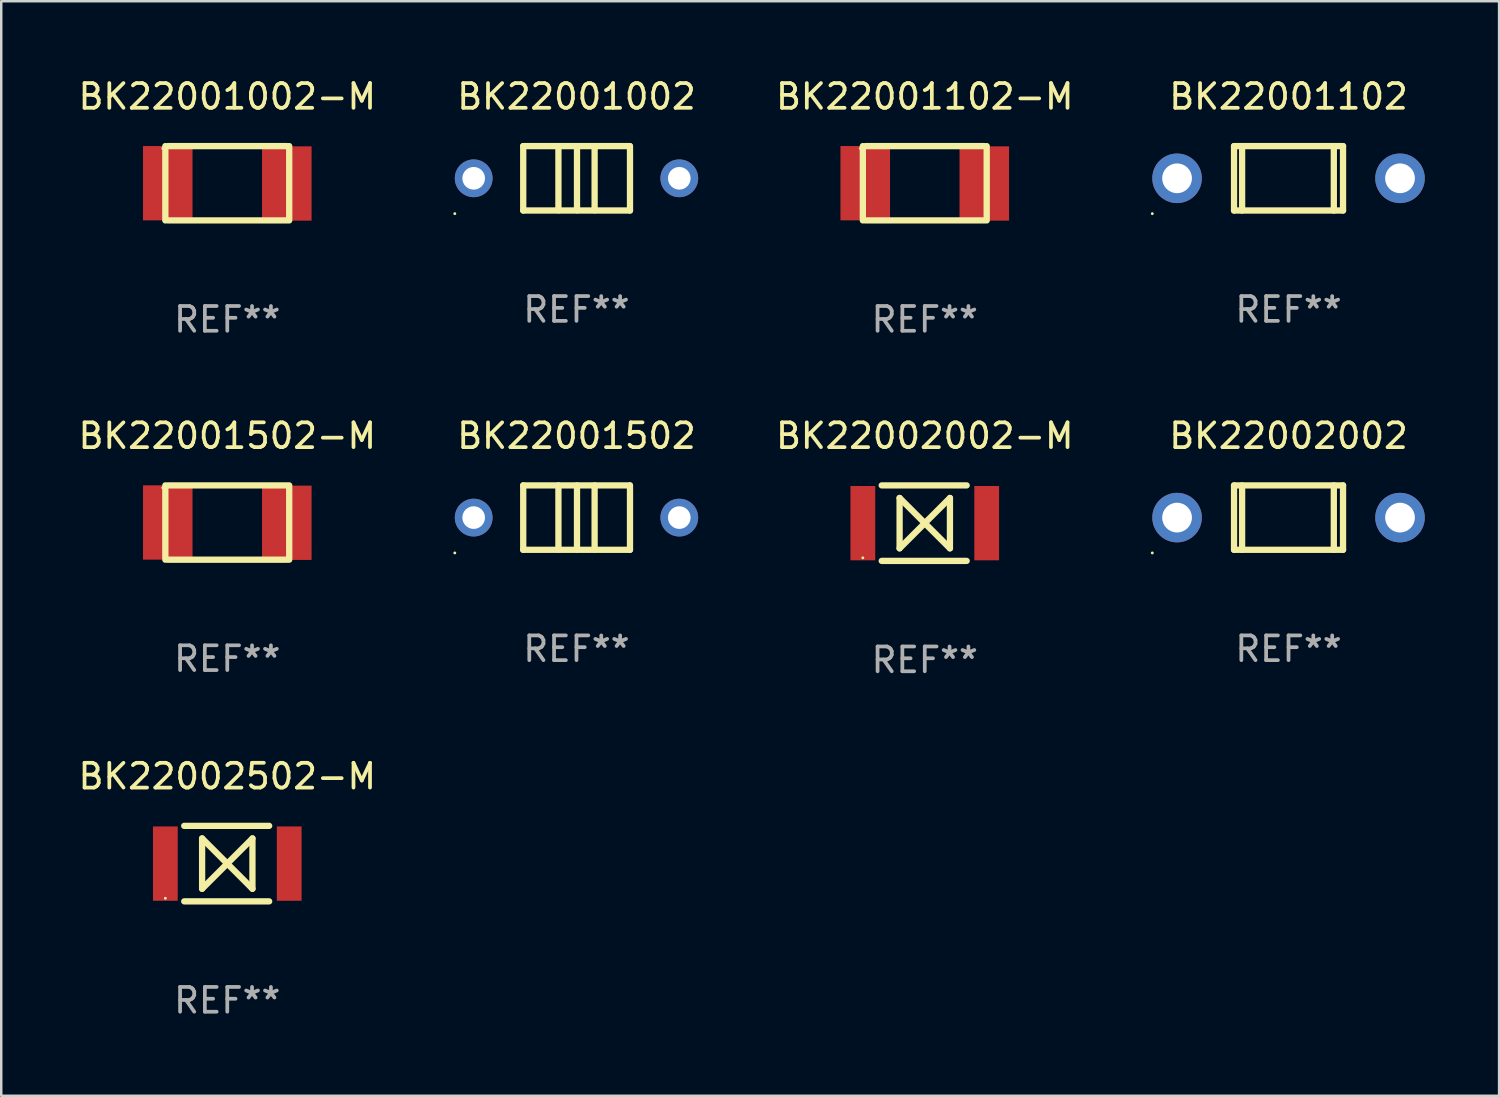
<source format=kicad_pcb>
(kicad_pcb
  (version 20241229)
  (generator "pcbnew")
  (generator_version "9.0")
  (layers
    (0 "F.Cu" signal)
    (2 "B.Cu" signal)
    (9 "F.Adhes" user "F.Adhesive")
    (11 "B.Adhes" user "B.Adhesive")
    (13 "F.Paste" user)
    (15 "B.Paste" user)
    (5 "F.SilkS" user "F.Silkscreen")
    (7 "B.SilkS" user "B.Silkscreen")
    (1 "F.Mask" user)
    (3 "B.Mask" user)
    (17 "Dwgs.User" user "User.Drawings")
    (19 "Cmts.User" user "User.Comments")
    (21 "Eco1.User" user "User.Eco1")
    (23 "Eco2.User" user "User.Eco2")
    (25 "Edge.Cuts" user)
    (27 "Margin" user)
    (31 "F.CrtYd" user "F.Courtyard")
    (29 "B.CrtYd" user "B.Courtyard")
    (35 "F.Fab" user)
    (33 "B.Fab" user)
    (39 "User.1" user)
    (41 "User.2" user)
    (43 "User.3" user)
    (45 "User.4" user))
  (footprint "BK22002002-M"
    (layer "F.Cu")
    (at 34.282 18.069)
    (property "Reference" "BK22002002-M" (at 0 -3.524 0) (layer "F.SilkS") (effects (font (size 1 1) (thickness 0.15))))
    (attr through_hole)
    (fp_line (start -1.738 -1.524) (end 1.691 -1.524) (stroke (width 0.254) (type solid)) (layer "F.SilkS"))
    (fp_line (start -1.738 1.524) (end 1.691 1.524) (stroke (width 0.254) (type solid)) (layer "F.SilkS"))
    (fp_line (start -1.016 1.016) (end -1.016 -1.016) (stroke (width 0.254) (type solid)) (layer "F.SilkS"))
    (fp_line (start 0 0) (end -1.016 -1.016) (stroke (width 0.254) (type solid)) (layer "F.SilkS"))
    (fp_line (start 0 0) (end -1.016 1.016) (stroke (width 0.254) (type solid)) (layer "F.SilkS"))
    (fp_line (start 0 0) (end 1.016 -1.016) (stroke (width 0.254) (type solid)) (layer "F.SilkS"))
    (fp_line (start 0 0) (end 1.016 1.016) (stroke (width 0.254) (type solid)) (layer "F.SilkS"))
    (fp_line (start 1.016 1.016) (end 1.016 -1.016) (stroke (width 0.254) (type solid)) (layer "F.SilkS"))
    (fp_circle (center -2.5 1.4) (end -2.47 1.4) (stroke (width 0.06) (type solid)) (fill no) (layer "F.SilkS"))
    (fp_text user "REF**" (at 0 5.524 0) (layer "F.Fab") (effects (font (size 1 1) (thickness 0.15))))
    (pad "1" smd rect (at -2.5 0) (size 1 3) (layers "F.Cu" "F.Mask" "F.Paste"))
    (pad "2" smd rect (at 2.5 0) (size 1 3) (layers "F.Cu" "F.Mask" "F.Paste")))
  (footprint "BK22001102-M"
    (layer "F.Cu")
    (at 34.282 4.348)
    (property "Reference" "BK22001102-M" (at 0 -3.5 0) (layer "F.SilkS") (effects (font (size 1 1) (thickness 0.15))))
    (attr through_hole)
    (fp_line (start -2.5 -1.5) (end -2.5 1.5) (stroke (width 0.254) (type solid)) (layer "F.SilkS"))
    (fp_line (start -2.393 -1.5) (end 2.407 -1.5) (stroke (width 0.254) (type solid)) (layer "F.SilkS"))
    (fp_line (start 2.407 1.5) (end -2.393 1.5) (stroke (width 0.254) (type solid)) (layer "F.SilkS"))
    (fp_line (start 2.5 -1.5) (end 2.5 1.5) (stroke (width 0.254) (type solid)) (layer "F.SilkS"))
    (fp_circle (center -2.603 -1.403) (end -2.573 -1.403) (stroke (width 0.06) (type solid)) (fill no) (layer "F.SilkS"))
    (fp_text user "REF**" (at 0 5.5 0) (layer "F.Fab") (effects (font (size 1 1) (thickness 0.15))))
    (pad "1" smd rect (at -2.403 -0.003) (size 2 3) (layers "F.Cu" "F.Mask" "F.Paste"))
    (pad "2" smd rect (at 2.403 0.009) (size 2 3) (layers "F.Cu" "F.Mask" "F.Paste")))
  (footprint "BK22001002-M"
    (layer "F.Cu")
    (at 6.125 4.348)
    (property "Reference" "BK22001002-M" (at 0 -3.5 0) (layer "F.SilkS") (effects (font (size 1 1) (thickness 0.15))))
    (attr through_hole)
    (fp_line (start -2.5 -1.5) (end -2.5 1.5) (stroke (width 0.254) (type solid)) (layer "F.SilkS"))
    (fp_line (start -2.393 -1.5) (end 2.407 -1.5) (stroke (width 0.254) (type solid)) (layer "F.SilkS"))
    (fp_line (start 2.407 1.5) (end -2.393 1.5) (stroke (width 0.254) (type solid)) (layer "F.SilkS"))
    (fp_line (start 2.5 -1.5) (end 2.5 1.5) (stroke (width 0.254) (type solid)) (layer "F.SilkS"))
    (fp_circle (center -2.603 -1.403) (end -2.573 -1.403) (stroke (width 0.06) (type solid)) (fill no) (layer "F.SilkS"))
    (fp_text user "REF**" (at 0 5.5 0) (layer "F.Fab") (effects (font (size 1 1) (thickness 0.15))))
    (pad "1" smd rect (at -2.403 -0.003) (size 2 3) (layers "F.Cu" "F.Mask" "F.Paste"))
    (pad "2" smd rect (at 2.403 0.009) (size 2 3) (layers "F.Cu" "F.Mask" "F.Paste")))
  (footprint "BK22001502"
    (layer "F.Cu")
    (at 20.222 17.845)
    (property "Reference" "BK22001502" (at 0 -3.3 0) (layer "F.SilkS") (effects (font (size 1 1) (thickness 0.15))))
    (attr through_hole)
    (fp_line (start -2.15 -1.3) (end 2.15 -1.3) (stroke (width 0.254) (type solid)) (layer "F.SilkS"))
    (fp_line (start -2.15 1.3) (end -2.15 -1.3) (stroke (width 0.254) (type solid)) (layer "F.SilkS"))
    (fp_line (start -2.15 1.3) (end 2.16 1.3) (stroke (width 0.254) (type solid)) (layer "F.SilkS"))
    (fp_line (start -0.729 -1.3) (end -0.729 1.29) (stroke (width 0.254) (type solid)) (layer "F.SilkS"))
    (fp_line (start 0.021 -1.3) (end 0.021 1.29) (stroke (width 0.254) (type solid)) (layer "F.SilkS"))
    (fp_line (start 0.732 -1.3) (end 0.732 1.29) (stroke (width 0.254) (type solid)) (layer "F.SilkS"))
    (fp_line (start 2.16 -1.3) (end 2.16 1.3) (stroke (width 0.254) (type solid)) (layer "F.SilkS"))
    (fp_circle (center -4.912 1.427) (end -4.882 1.427) (stroke (width 0.06) (type solid)) (fill no) (layer "F.SilkS"))
    (fp_text user "REF**" (at 0 5.3 0) (layer "F.Fab") (effects (font (size 1 1) (thickness 0.15))))
    (pad "1" thru_hole circle (at -4.15 0) (size 1.524 1.524) (drill 0.914) (layers "*.Cu" "*.Mask"))
    (pad "2" thru_hole circle (at 4.15 0) (size 1.524 1.524) (drill 0.914) (layers "*.Cu" "*.Mask")))
  (footprint "BK22001002"
    (layer "F.Cu")
    (at 20.222 4.148)
    (property "Reference" "BK22001002" (at 0 -3.3 0) (layer "F.SilkS") (effects (font (size 1 1) (thickness 0.15))))
    (attr through_hole)
    (fp_line (start -2.15 -1.3) (end 2.15 -1.3) (stroke (width 0.254) (type solid)) (layer "F.SilkS"))
    (fp_line (start -2.15 1.3) (end -2.15 -1.3) (stroke (width 0.254) (type solid)) (layer "F.SilkS"))
    (fp_line (start -2.15 1.3) (end 2.16 1.3) (stroke (width 0.254) (type solid)) (layer "F.SilkS"))
    (fp_line (start -0.729 -1.3) (end -0.729 1.29) (stroke (width 0.254) (type solid)) (layer "F.SilkS"))
    (fp_line (start 0.021 -1.3) (end 0.021 1.29) (stroke (width 0.254) (type solid)) (layer "F.SilkS"))
    (fp_line (start 0.732 -1.3) (end 0.732 1.29) (stroke (width 0.254) (type solid)) (layer "F.SilkS"))
    (fp_line (start 2.16 -1.3) (end 2.16 1.3) (stroke (width 0.254) (type solid)) (layer "F.SilkS"))
    (fp_circle (center -4.912 1.427) (end -4.882 1.427) (stroke (width 0.06) (type solid)) (fill no) (layer "F.SilkS"))
    (fp_text user "REF**" (at 0 5.3 0) (layer "F.Fab") (effects (font (size 1 1) (thickness 0.15))))
    (pad "1" thru_hole circle (at -4.15 0) (size 1.524 1.524) (drill 0.914) (layers "*.Cu" "*.Mask"))
    (pad "2" thru_hole circle (at 4.15 0) (size 1.524 1.524) (drill 0.914) (layers "*.Cu" "*.Mask")))
  (footprint "BK22001102"
    (layer "F.Cu")
    (at 48.967 4.148)
    (property "Reference" "BK22001102" (at 0 -3.3 0) (layer "F.SilkS") (effects (font (size 1 1) (thickness 0.15))))
    (attr through_hole)
    (fp_line (start -2.2 1.3) (end -2.2 -1.3) (stroke (width 0.254) (type solid)) (layer "F.SilkS"))
    (fp_line (start -2.2 1.3) (end 2.2 1.3) (stroke (width 0.254) (type solid)) (layer "F.SilkS"))
    (fp_line (start -1.874 -1.3) (end -1.874 1.3) (stroke (width 0.254) (type solid)) (layer "F.SilkS"))
    (fp_line (start 1.828 -1.3) (end 1.828 1.3) (stroke (width 0.254) (type solid)) (layer "F.SilkS"))
    (fp_line (start 2.2 -1.3) (end -2.2 -1.3) (stroke (width 0.254) (type solid)) (layer "F.SilkS"))
    (fp_line (start 2.2 1.3) (end 2.2 -1.3) (stroke (width 0.254) (type solid)) (layer "F.SilkS"))
    (fp_circle (center -5.5 1.427) (end -5.47 1.427) (stroke (width 0.06) (type solid)) (fill no) (layer "F.SilkS"))
    (fp_text user "REF**" (at 0 5.3 0) (layer "F.Fab") (effects (font (size 1 1) (thickness 0.15))))
    (pad "1" thru_hole circle (at -4.5 0) (size 2 2) (drill 1.2) (layers "*.Cu" "*.Mask"))
    (pad "2" thru_hole circle (at 4.5 0) (size 2 2) (drill 1.2) (layers "*.Cu" "*.Mask")))
  (footprint "BK22002002"
    (layer "F.Cu")
    (at 48.967 17.845)
    (property "Reference" "BK22002002" (at 0 -3.3 0) (layer "F.SilkS") (effects (font (size 1 1) (thickness 0.15))))
    (attr through_hole)
    (fp_line (start -2.2 1.3) (end -2.2 -1.3) (stroke (width 0.254) (type solid)) (layer "F.SilkS"))
    (fp_line (start -2.2 1.3) (end 2.2 1.3) (stroke (width 0.254) (type solid)) (layer "F.SilkS"))
    (fp_line (start -1.874 -1.3) (end -1.874 1.3) (stroke (width 0.254) (type solid)) (layer "F.SilkS"))
    (fp_line (start 1.828 -1.3) (end 1.828 1.3) (stroke (width 0.254) (type solid)) (layer "F.SilkS"))
    (fp_line (start 2.2 -1.3) (end -2.2 -1.3) (stroke (width 0.254) (type solid)) (layer "F.SilkS"))
    (fp_line (start 2.2 1.3) (end 2.2 -1.3) (stroke (width 0.254) (type solid)) (layer "F.SilkS"))
    (fp_circle (center -5.5 1.427) (end -5.47 1.427) (stroke (width 0.06) (type solid)) (fill no) (layer "F.SilkS"))
    (fp_text user "REF**" (at 0 5.3 0) (layer "F.Fab") (effects (font (size 1 1) (thickness 0.15))))
    (pad "1" thru_hole circle (at -4.5 0) (size 2 2) (drill 1.2) (layers "*.Cu" "*.Mask"))
    (pad "2" thru_hole circle (at 4.5 0) (size 2 2) (drill 1.2) (layers "*.Cu" "*.Mask")))
  (footprint "BK22001502-M"
    (layer "F.Cu")
    (at 6.125 18.045)
    (property "Reference" "BK22001502-M" (at 0 -3.5 0) (layer "F.SilkS") (effects (font (size 1 1) (thickness 0.15))))
    (attr through_hole)
    (fp_line (start -2.5 -1.5) (end -2.5 1.5) (stroke (width 0.254) (type solid)) (layer "F.SilkS"))
    (fp_line (start -2.393 -1.5) (end 2.407 -1.5) (stroke (width 0.254) (type solid)) (layer "F.SilkS"))
    (fp_line (start 2.407 1.5) (end -2.393 1.5) (stroke (width 0.254) (type solid)) (layer "F.SilkS"))
    (fp_line (start 2.5 -1.5) (end 2.5 1.5) (stroke (width 0.254) (type solid)) (layer "F.SilkS"))
    (fp_circle (center -2.603 -1.403) (end -2.573 -1.403) (stroke (width 0.06) (type solid)) (fill no) (layer "F.SilkS"))
    (fp_text user "REF**" (at 0 5.5 0) (layer "F.Fab") (effects (font (size 1 1) (thickness 0.15))))
    (pad "1" smd rect (at -2.403 -0.003) (size 2 3) (layers "F.Cu" "F.Mask" "F.Paste"))
    (pad "2" smd rect (at 2.403 0.009) (size 2 3) (layers "F.Cu" "F.Mask" "F.Paste")))
  (footprint "BK22002502-M"
    (layer "F.Cu")
    (at 6.125 31.813)
    (property "Reference" "BK22002502-M" (at 0 -3.524 0) (layer "F.SilkS") (effects (font (size 1 1) (thickness 0.15))))
    (attr through_hole)
    (fp_line (start -1.738 -1.524) (end 1.691 -1.524) (stroke (width 0.254) (type solid)) (layer "F.SilkS"))
    (fp_line (start -1.738 1.524) (end 1.691 1.524) (stroke (width 0.254) (type solid)) (layer "F.SilkS"))
    (fp_line (start -1.016 1.016) (end -1.016 -1.016) (stroke (width 0.254) (type solid)) (layer "F.SilkS"))
    (fp_line (start 0 0) (end -1.016 -1.016) (stroke (width 0.254) (type solid)) (layer "F.SilkS"))
    (fp_line (start 0 0) (end -1.016 1.016) (stroke (width 0.254) (type solid)) (layer "F.SilkS"))
    (fp_line (start 0 0) (end 1.016 -1.016) (stroke (width 0.254) (type solid)) (layer "F.SilkS"))
    (fp_line (start 0 0) (end 1.016 1.016) (stroke (width 0.254) (type solid)) (layer "F.SilkS"))
    (fp_line (start 1.016 1.016) (end 1.016 -1.016) (stroke (width 0.254) (type solid)) (layer "F.SilkS"))
    (fp_circle (center -2.5 1.4) (end -2.47 1.4) (stroke (width 0.06) (type solid)) (fill no) (layer "F.SilkS"))
    (fp_text user "REF**" (at 0 5.524 0) (layer "F.Fab") (effects (font (size 1 1) (thickness 0.15))))
    (pad "1" smd rect (at -2.5 0) (size 1 3) (layers "F.Cu" "F.Mask" "F.Paste"))
    (pad "2" smd rect (at 2.5 0) (size 1 3) (layers "F.Cu" "F.Mask" "F.Paste")))
  (gr_rect
    (start -3 -3)
    (end 57.467 41.186)
    (stroke (width 0.1) (type default))
    (fill no)
    (layer "Edge.Cuts")))
</source>
